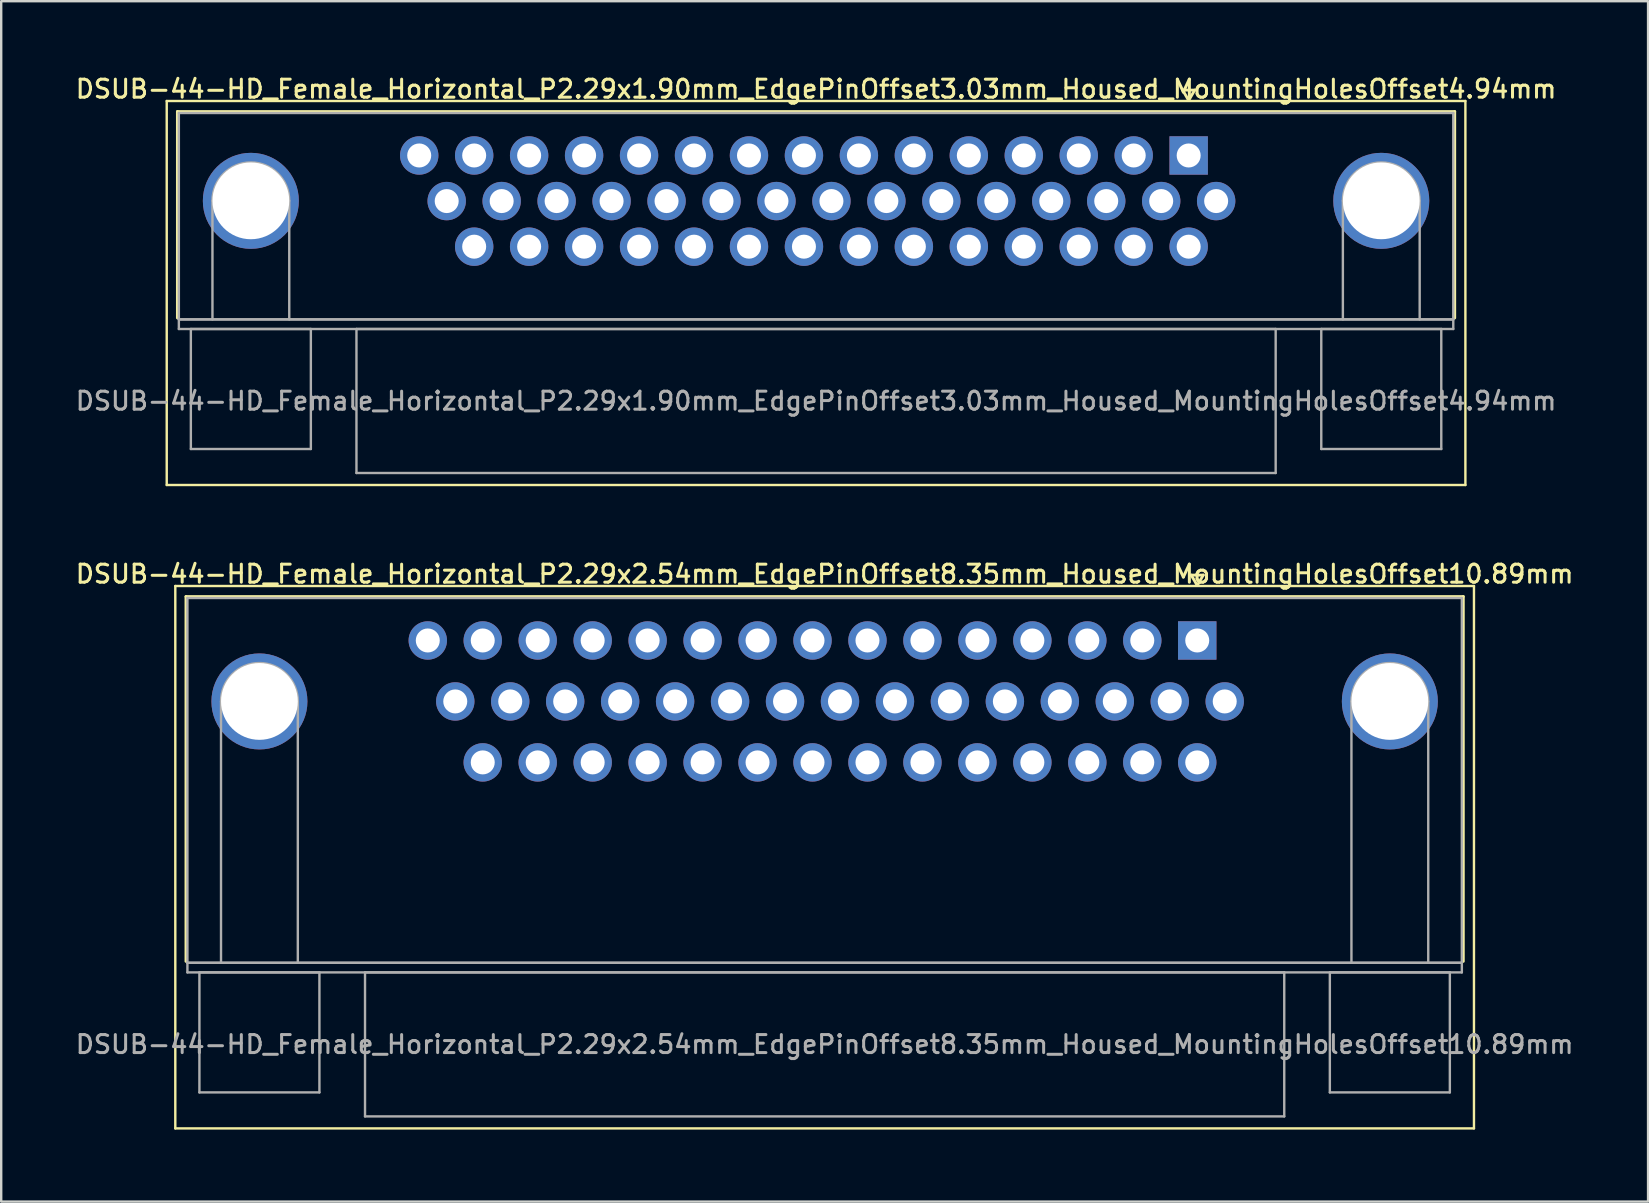
<source format=kicad_pcb>
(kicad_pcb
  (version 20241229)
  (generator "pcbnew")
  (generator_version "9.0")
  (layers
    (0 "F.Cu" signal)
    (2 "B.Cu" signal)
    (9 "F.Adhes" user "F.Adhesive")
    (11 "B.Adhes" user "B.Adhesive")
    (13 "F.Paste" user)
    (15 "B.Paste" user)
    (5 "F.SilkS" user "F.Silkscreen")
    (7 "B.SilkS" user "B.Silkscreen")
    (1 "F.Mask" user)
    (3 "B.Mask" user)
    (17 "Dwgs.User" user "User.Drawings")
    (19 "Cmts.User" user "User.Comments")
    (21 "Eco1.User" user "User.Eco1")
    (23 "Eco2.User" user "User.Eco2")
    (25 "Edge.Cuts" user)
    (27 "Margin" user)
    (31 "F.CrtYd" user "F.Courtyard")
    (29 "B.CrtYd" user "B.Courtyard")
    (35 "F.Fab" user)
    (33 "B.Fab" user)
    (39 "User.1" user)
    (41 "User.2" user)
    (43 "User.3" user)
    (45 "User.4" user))
  (footprint "DSUB-44-HD_Female_Horizontal_P2.29x2.54mm_EdgePinOffset8.35mm_Housed_MountingHolesOffset10.89mm"
    (layer "F.Cu")
    (at 46.834 23.636)
    (property "Reference" "DSUB-44-HD_Female_Horizontal_P2.29x2.54mm_EdgePinOffset8.35mm_Housed_MountingHolesOffset10.89mm" (at -15.525 -2.77 0) (layer "F.SilkS") (effects (font (size 0.75 0.75) (thickness 0.125))))
    (attr through_hole)
    (fp_line (start -42.58 -2.27) (end -42.58 20.33) (stroke (width 0.1) (type solid)) (layer "F.SilkS"))
    (fp_line (start -42.58 20.33) (end 11.53 20.33) (stroke (width 0.1) (type solid)) (layer "F.SilkS"))
    (fp_line (start -42.135 -1.83) (end 11.085 -1.83) (stroke (width 0.12) (type solid)) (layer "F.SilkS"))
    (fp_line (start -42.135 13.37) (end -42.135 -1.83) (stroke (width 0.12) (type solid)) (layer "F.SilkS"))
    (fp_line (start -0.25 -2.724) (end 0.25 -2.724) (stroke (width 0.12) (type solid)) (layer "F.SilkS"))
    (fp_line (start 0 -2.291) (end -0.25 -2.724) (stroke (width 0.12) (type solid)) (layer "F.SilkS"))
    (fp_line (start 0.25 -2.724) (end 0 -2.291) (stroke (width 0.12) (type solid)) (layer "F.SilkS"))
    (fp_line (start 11.085 -1.83) (end 11.085 13.37) (stroke (width 0.12) (type solid)) (layer "F.SilkS"))
    (fp_line (start 11.53 -2.27) (end -42.58 -2.27) (stroke (width 0.1) (type solid)) (layer "F.SilkS"))
    (fp_line (start 11.53 20.33) (end 11.53 -2.27) (stroke (width 0.1) (type solid)) (layer "F.SilkS"))
    (fp_line (start -42.075 -1.77) (end -42.075 13.43) (stroke (width 0.1) (type solid)) (layer "F.Fab"))
    (fp_line (start -42.075 13.43) (end -42.075 13.83) (stroke (width 0.1) (type solid)) (layer "F.Fab"))
    (fp_line (start -42.075 13.43) (end 11.025 13.43) (stroke (width 0.1) (type solid)) (layer "F.Fab"))
    (fp_line (start -42.075 13.83) (end 11.025 13.83) (stroke (width 0.1) (type solid)) (layer "F.Fab"))
    (fp_line (start -41.575 13.83) (end -41.575 18.83) (stroke (width 0.1) (type solid)) (layer "F.Fab"))
    (fp_line (start -41.575 18.83) (end -36.575 18.83) (stroke (width 0.1) (type solid)) (layer "F.Fab"))
    (fp_line (start -40.675 13.43) (end -40.675 2.54) (stroke (width 0.1) (type solid)) (layer "F.Fab"))
    (fp_line (start -37.475 13.43) (end -37.475 2.54) (stroke (width 0.1) (type solid)) (layer "F.Fab"))
    (fp_line (start -36.575 13.83) (end -41.575 13.83) (stroke (width 0.1) (type solid)) (layer "F.Fab"))
    (fp_line (start -36.575 18.83) (end -36.575 13.83) (stroke (width 0.1) (type solid)) (layer "F.Fab"))
    (fp_line (start -34.675 13.83) (end -34.675 19.83) (stroke (width 0.1) (type solid)) (layer "F.Fab"))
    (fp_line (start -34.675 19.83) (end 3.625 19.83) (stroke (width 0.1) (type solid)) (layer "F.Fab"))
    (fp_line (start 3.625 13.83) (end -34.675 13.83) (stroke (width 0.1) (type solid)) (layer "F.Fab"))
    (fp_line (start 3.625 19.83) (end 3.625 13.83) (stroke (width 0.1) (type solid)) (layer "F.Fab"))
    (fp_line (start 5.525 13.83) (end 5.525 18.83) (stroke (width 0.1) (type solid)) (layer "F.Fab"))
    (fp_line (start 5.525 18.83) (end 10.525 18.83) (stroke (width 0.1) (type solid)) (layer "F.Fab"))
    (fp_line (start 6.425 13.43) (end 6.425 2.54) (stroke (width 0.1) (type solid)) (layer "F.Fab"))
    (fp_line (start 9.625 13.43) (end 9.625 2.54) (stroke (width 0.1) (type solid)) (layer "F.Fab"))
    (fp_line (start 10.525 13.83) (end 5.525 13.83) (stroke (width 0.1) (type solid)) (layer "F.Fab"))
    (fp_line (start 10.525 18.83) (end 10.525 13.83) (stroke (width 0.1) (type solid)) (layer "F.Fab"))
    (fp_line (start 11.025 -1.77) (end -42.075 -1.77) (stroke (width 0.1) (type solid)) (layer "F.Fab"))
    (fp_line (start 11.025 13.43) (end -42.075 13.43) (stroke (width 0.1) (type solid)) (layer "F.Fab"))
    (fp_line (start 11.025 13.43) (end 11.025 -1.77) (stroke (width 0.1) (type solid)) (layer "F.Fab"))
    (fp_line (start 11.025 13.83) (end 11.025 13.43) (stroke (width 0.1) (type solid)) (layer "F.Fab"))
    (fp_arc (start -40.675 2.54) (mid -39.075 0.94) (end -37.475 2.54) (stroke (width 0.1) (type solid)) (layer "F.Fab"))
    (fp_arc (start 6.425 2.54) (mid 8.025 0.94) (end 9.625 2.54) (stroke (width 0.1) (type solid)) (layer "F.Fab"))
    (fp_text user "${REFERENCE}" (at -15.525 16.83 0) (layer "F.Fab") (effects (font (size 0.75 0.75) (thickness 0.125))))
    (pad "0" thru_hole circle (at -39.075 2.54) (size 4 4) (drill 3.2) (layers "*.Cu" "*.Mask"))
    (pad "0" thru_hole circle (at 8.025 2.54) (size 4 4) (drill 3.2) (layers "*.Cu" "*.Mask"))
    (pad "1" thru_hole rect (at 0 0) (size 1.6 1.6) (drill 1) (layers "*.Cu" "*.Mask"))
    (pad "2" thru_hole circle (at -2.29 0) (size 1.6 1.6) (drill 1) (layers "*.Cu" "*.Mask"))
    (pad "3" thru_hole circle (at -4.58 0) (size 1.6 1.6) (drill 1) (layers "*.Cu" "*.Mask"))
    (pad "4" thru_hole circle (at -6.87 0) (size 1.6 1.6) (drill 1) (layers "*.Cu" "*.Mask"))
    (pad "5" thru_hole circle (at -9.16 0) (size 1.6 1.6) (drill 1) (layers "*.Cu" "*.Mask"))
    (pad "6" thru_hole circle (at -11.45 0) (size 1.6 1.6) (drill 1) (layers "*.Cu" "*.Mask"))
    (pad "7" thru_hole circle (at -13.74 0) (size 1.6 1.6) (drill 1) (layers "*.Cu" "*.Mask"))
    (pad "8" thru_hole circle (at -16.03 0) (size 1.6 1.6) (drill 1) (layers "*.Cu" "*.Mask"))
    (pad "9" thru_hole circle (at -18.32 0) (size 1.6 1.6) (drill 1) (layers "*.Cu" "*.Mask"))
    (pad "10" thru_hole circle (at -20.61 0) (size 1.6 1.6) (drill 1) (layers "*.Cu" "*.Mask"))
    (pad "11" thru_hole circle (at -22.9 0) (size 1.6 1.6) (drill 1) (layers "*.Cu" "*.Mask"))
    (pad "12" thru_hole circle (at -25.19 0) (size 1.6 1.6) (drill 1) (layers "*.Cu" "*.Mask"))
    (pad "13" thru_hole circle (at -27.48 0) (size 1.6 1.6) (drill 1) (layers "*.Cu" "*.Mask"))
    (pad "14" thru_hole circle (at -29.77 0) (size 1.6 1.6) (drill 1) (layers "*.Cu" "*.Mask"))
    (pad "15" thru_hole circle (at -32.06 0) (size 1.6 1.6) (drill 1) (layers "*.Cu" "*.Mask"))
    (pad "16" thru_hole circle (at 1.145 2.54) (size 1.6 1.6) (drill 1) (layers "*.Cu" "*.Mask"))
    (pad "17" thru_hole circle (at -1.145 2.54) (size 1.6 1.6) (drill 1) (layers "*.Cu" "*.Mask"))
    (pad "18" thru_hole circle (at -3.435 2.54) (size 1.6 1.6) (drill 1) (layers "*.Cu" "*.Mask"))
    (pad "19" thru_hole circle (at -5.725 2.54) (size 1.6 1.6) (drill 1) (layers "*.Cu" "*.Mask"))
    (pad "20" thru_hole circle (at -8.015 2.54) (size 1.6 1.6) (drill 1) (layers "*.Cu" "*.Mask"))
    (pad "21" thru_hole circle (at -10.305 2.54) (size 1.6 1.6) (drill 1) (layers "*.Cu" "*.Mask"))
    (pad "22" thru_hole circle (at -12.595 2.54) (size 1.6 1.6) (drill 1) (layers "*.Cu" "*.Mask"))
    (pad "23" thru_hole circle (at -14.885 2.54) (size 1.6 1.6) (drill 1) (layers "*.Cu" "*.Mask"))
    (pad "24" thru_hole circle (at -17.175 2.54) (size 1.6 1.6) (drill 1) (layers "*.Cu" "*.Mask"))
    (pad "25" thru_hole circle (at -19.465 2.54) (size 1.6 1.6) (drill 1) (layers "*.Cu" "*.Mask"))
    (pad "26" thru_hole circle (at -21.755 2.54) (size 1.6 1.6) (drill 1) (layers "*.Cu" "*.Mask"))
    (pad "27" thru_hole circle (at -24.045 2.54) (size 1.6 1.6) (drill 1) (layers "*.Cu" "*.Mask"))
    (pad "28" thru_hole circle (at -26.335 2.54) (size 1.6 1.6) (drill 1) (layers "*.Cu" "*.Mask"))
    (pad "29" thru_hole circle (at -28.625 2.54) (size 1.6 1.6) (drill 1) (layers "*.Cu" "*.Mask"))
    (pad "30" thru_hole circle (at -30.915 2.54) (size 1.6 1.6) (drill 1) (layers "*.Cu" "*.Mask"))
    (pad "31" thru_hole circle (at 0 5.08) (size 1.6 1.6) (drill 1) (layers "*.Cu" "*.Mask"))
    (pad "32" thru_hole circle (at -2.29 5.08) (size 1.6 1.6) (drill 1) (layers "*.Cu" "*.Mask"))
    (pad "33" thru_hole circle (at -4.58 5.08) (size 1.6 1.6) (drill 1) (layers "*.Cu" "*.Mask"))
    (pad "34" thru_hole circle (at -6.87 5.08) (size 1.6 1.6) (drill 1) (layers "*.Cu" "*.Mask"))
    (pad "35" thru_hole circle (at -9.16 5.08) (size 1.6 1.6) (drill 1) (layers "*.Cu" "*.Mask"))
    (pad "36" thru_hole circle (at -11.45 5.08) (size 1.6 1.6) (drill 1) (layers "*.Cu" "*.Mask"))
    (pad "37" thru_hole circle (at -13.74 5.08) (size 1.6 1.6) (drill 1) (layers "*.Cu" "*.Mask"))
    (pad "38" thru_hole circle (at -16.03 5.08) (size 1.6 1.6) (drill 1) (layers "*.Cu" "*.Mask"))
    (pad "39" thru_hole circle (at -18.32 5.08) (size 1.6 1.6) (drill 1) (layers "*.Cu" "*.Mask"))
    (pad "40" thru_hole circle (at -20.61 5.08) (size 1.6 1.6) (drill 1) (layers "*.Cu" "*.Mask"))
    (pad "41" thru_hole circle (at -22.9 5.08) (size 1.6 1.6) (drill 1) (layers "*.Cu" "*.Mask"))
    (pad "42" thru_hole circle (at -25.19 5.08) (size 1.6 1.6) (drill 1) (layers "*.Cu" "*.Mask"))
    (pad "43" thru_hole circle (at -27.48 5.08) (size 1.6 1.6) (drill 1) (layers "*.Cu" "*.Mask"))
    (pad "44" thru_hole circle (at -29.77 5.08) (size 1.6 1.6) (drill 1) (layers "*.Cu" "*.Mask")))
  (footprint "DSUB-44-HD_Female_Horizontal_P2.29x1.90mm_EdgePinOffset3.03mm_Housed_MountingHolesOffset4.94mm"
    (layer "F.Cu")
    (at 46.477 3.428)
    (property "Reference" "DSUB-44-HD_Female_Horizontal_P2.29x1.90mm_EdgePinOffset3.03mm_Housed_MountingHolesOffset4.94mm" (at -15.525 -2.77 0) (layer "F.SilkS") (effects (font (size 0.75 0.75) (thickness 0.125))))
    (attr through_hole)
    (fp_line (start -42.58 -2.27) (end -42.58 13.73) (stroke (width 0.1) (type solid)) (layer "F.SilkS"))
    (fp_line (start -42.58 13.73) (end 11.53 13.73) (stroke (width 0.1) (type solid)) (layer "F.SilkS"))
    (fp_line (start -42.135 -1.83) (end 11.085 -1.83) (stroke (width 0.12) (type solid)) (layer "F.SilkS"))
    (fp_line (start -42.135 6.77) (end -42.135 -1.83) (stroke (width 0.12) (type solid)) (layer "F.SilkS"))
    (fp_line (start -0.25 -2.724) (end 0.25 -2.724) (stroke (width 0.12) (type solid)) (layer "F.SilkS"))
    (fp_line (start 0 -2.291) (end -0.25 -2.724) (stroke (width 0.12) (type solid)) (layer "F.SilkS"))
    (fp_line (start 0.25 -2.724) (end 0 -2.291) (stroke (width 0.12) (type solid)) (layer "F.SilkS"))
    (fp_line (start 11.085 -1.83) (end 11.085 6.77) (stroke (width 0.12) (type solid)) (layer "F.SilkS"))
    (fp_line (start 11.53 -2.27) (end -42.58 -2.27) (stroke (width 0.1) (type solid)) (layer "F.SilkS"))
    (fp_line (start 11.53 13.73) (end 11.53 -2.27) (stroke (width 0.1) (type solid)) (layer "F.SilkS"))
    (fp_line (start -42.075 -1.77) (end -42.075 6.83) (stroke (width 0.1) (type solid)) (layer "F.Fab"))
    (fp_line (start -42.075 6.83) (end -42.075 7.23) (stroke (width 0.1) (type solid)) (layer "F.Fab"))
    (fp_line (start -42.075 6.83) (end 11.025 6.83) (stroke (width 0.1) (type solid)) (layer "F.Fab"))
    (fp_line (start -42.075 7.23) (end 11.025 7.23) (stroke (width 0.1) (type solid)) (layer "F.Fab"))
    (fp_line (start -41.575 7.23) (end -41.575 12.23) (stroke (width 0.1) (type solid)) (layer "F.Fab"))
    (fp_line (start -41.575 12.23) (end -36.575 12.23) (stroke (width 0.1) (type solid)) (layer "F.Fab"))
    (fp_line (start -40.675 6.83) (end -40.675 1.89) (stroke (width 0.1) (type solid)) (layer "F.Fab"))
    (fp_line (start -37.475 6.83) (end -37.475 1.89) (stroke (width 0.1) (type solid)) (layer "F.Fab"))
    (fp_line (start -36.575 7.23) (end -41.575 7.23) (stroke (width 0.1) (type solid)) (layer "F.Fab"))
    (fp_line (start -36.575 12.23) (end -36.575 7.23) (stroke (width 0.1) (type solid)) (layer "F.Fab"))
    (fp_line (start -34.675 7.23) (end -34.675 13.23) (stroke (width 0.1) (type solid)) (layer "F.Fab"))
    (fp_line (start -34.675 13.23) (end 3.625 13.23) (stroke (width 0.1) (type solid)) (layer "F.Fab"))
    (fp_line (start 3.625 7.23) (end -34.675 7.23) (stroke (width 0.1) (type solid)) (layer "F.Fab"))
    (fp_line (start 3.625 13.23) (end 3.625 7.23) (stroke (width 0.1) (type solid)) (layer "F.Fab"))
    (fp_line (start 5.525 7.23) (end 5.525 12.23) (stroke (width 0.1) (type solid)) (layer "F.Fab"))
    (fp_line (start 5.525 12.23) (end 10.525 12.23) (stroke (width 0.1) (type solid)) (layer "F.Fab"))
    (fp_line (start 6.425 6.83) (end 6.425 1.89) (stroke (width 0.1) (type solid)) (layer "F.Fab"))
    (fp_line (start 9.625 6.83) (end 9.625 1.89) (stroke (width 0.1) (type solid)) (layer "F.Fab"))
    (fp_line (start 10.525 7.23) (end 5.525 7.23) (stroke (width 0.1) (type solid)) (layer "F.Fab"))
    (fp_line (start 10.525 12.23) (end 10.525 7.23) (stroke (width 0.1) (type solid)) (layer "F.Fab"))
    (fp_line (start 11.025 -1.77) (end -42.075 -1.77) (stroke (width 0.1) (type solid)) (layer "F.Fab"))
    (fp_line (start 11.025 6.83) (end -42.075 6.83) (stroke (width 0.1) (type solid)) (layer "F.Fab"))
    (fp_line (start 11.025 6.83) (end 11.025 -1.77) (stroke (width 0.1) (type solid)) (layer "F.Fab"))
    (fp_line (start 11.025 7.23) (end 11.025 6.83) (stroke (width 0.1) (type solid)) (layer "F.Fab"))
    (fp_arc (start -40.675 1.89) (mid -39.075 0.29) (end -37.475 1.89) (stroke (width 0.1) (type solid)) (layer "F.Fab"))
    (fp_arc (start 6.425 1.89) (mid 8.025 0.29) (end 9.625 1.89) (stroke (width 0.1) (type solid)) (layer "F.Fab"))
    (fp_text user "${REFERENCE}" (at -15.525 10.23 0) (layer "F.Fab") (effects (font (size 0.75 0.75) (thickness 0.125))))
    (pad "0" thru_hole circle (at -39.075 1.89) (size 4 4) (drill 3.2) (layers "*.Cu" "*.Mask"))
    (pad "0" thru_hole circle (at 8.025 1.89) (size 4 4) (drill 3.2) (layers "*.Cu" "*.Mask"))
    (pad "1" thru_hole rect (at 0 0) (size 1.6 1.6) (drill 1) (layers "*.Cu" "*.Mask"))
    (pad "2" thru_hole circle (at -2.29 0) (size 1.6 1.6) (drill 1) (layers "*.Cu" "*.Mask"))
    (pad "3" thru_hole circle (at -4.58 0) (size 1.6 1.6) (drill 1) (layers "*.Cu" "*.Mask"))
    (pad "4" thru_hole circle (at -6.87 0) (size 1.6 1.6) (drill 1) (layers "*.Cu" "*.Mask"))
    (pad "5" thru_hole circle (at -9.16 0) (size 1.6 1.6) (drill 1) (layers "*.Cu" "*.Mask"))
    (pad "6" thru_hole circle (at -11.45 0) (size 1.6 1.6) (drill 1) (layers "*.Cu" "*.Mask"))
    (pad "7" thru_hole circle (at -13.74 0) (size 1.6 1.6) (drill 1) (layers "*.Cu" "*.Mask"))
    (pad "8" thru_hole circle (at -16.03 0) (size 1.6 1.6) (drill 1) (layers "*.Cu" "*.Mask"))
    (pad "9" thru_hole circle (at -18.32 0) (size 1.6 1.6) (drill 1) (layers "*.Cu" "*.Mask"))
    (pad "10" thru_hole circle (at -20.61 0) (size 1.6 1.6) (drill 1) (layers "*.Cu" "*.Mask"))
    (pad "11" thru_hole circle (at -22.9 0) (size 1.6 1.6) (drill 1) (layers "*.Cu" "*.Mask"))
    (pad "12" thru_hole circle (at -25.19 0) (size 1.6 1.6) (drill 1) (layers "*.Cu" "*.Mask"))
    (pad "13" thru_hole circle (at -27.48 0) (size 1.6 1.6) (drill 1) (layers "*.Cu" "*.Mask"))
    (pad "14" thru_hole circle (at -29.77 0) (size 1.6 1.6) (drill 1) (layers "*.Cu" "*.Mask"))
    (pad "15" thru_hole circle (at -32.06 0) (size 1.6 1.6) (drill 1) (layers "*.Cu" "*.Mask"))
    (pad "16" thru_hole circle (at 1.145 1.9) (size 1.6 1.6) (drill 1) (layers "*.Cu" "*.Mask"))
    (pad "17" thru_hole circle (at -1.145 1.9) (size 1.6 1.6) (drill 1) (layers "*.Cu" "*.Mask"))
    (pad "18" thru_hole circle (at -3.435 1.9) (size 1.6 1.6) (drill 1) (layers "*.Cu" "*.Mask"))
    (pad "19" thru_hole circle (at -5.725 1.9) (size 1.6 1.6) (drill 1) (layers "*.Cu" "*.Mask"))
    (pad "20" thru_hole circle (at -8.015 1.9) (size 1.6 1.6) (drill 1) (layers "*.Cu" "*.Mask"))
    (pad "21" thru_hole circle (at -10.305 1.9) (size 1.6 1.6) (drill 1) (layers "*.Cu" "*.Mask"))
    (pad "22" thru_hole circle (at -12.595 1.9) (size 1.6 1.6) (drill 1) (layers "*.Cu" "*.Mask"))
    (pad "23" thru_hole circle (at -14.885 1.9) (size 1.6 1.6) (drill 1) (layers "*.Cu" "*.Mask"))
    (pad "24" thru_hole circle (at -17.175 1.9) (size 1.6 1.6) (drill 1) (layers "*.Cu" "*.Mask"))
    (pad "25" thru_hole circle (at -19.465 1.9) (size 1.6 1.6) (drill 1) (layers "*.Cu" "*.Mask"))
    (pad "26" thru_hole circle (at -21.755 1.9) (size 1.6 1.6) (drill 1) (layers "*.Cu" "*.Mask"))
    (pad "27" thru_hole circle (at -24.045 1.9) (size 1.6 1.6) (drill 1) (layers "*.Cu" "*.Mask"))
    (pad "28" thru_hole circle (at -26.335 1.9) (size 1.6 1.6) (drill 1) (layers "*.Cu" "*.Mask"))
    (pad "29" thru_hole circle (at -28.625 1.9) (size 1.6 1.6) (drill 1) (layers "*.Cu" "*.Mask"))
    (pad "30" thru_hole circle (at -30.915 1.9) (size 1.6 1.6) (drill 1) (layers "*.Cu" "*.Mask"))
    (pad "31" thru_hole circle (at 0 3.8) (size 1.6 1.6) (drill 1) (layers "*.Cu" "*.Mask"))
    (pad "32" thru_hole circle (at -2.29 3.8) (size 1.6 1.6) (drill 1) (layers "*.Cu" "*.Mask"))
    (pad "33" thru_hole circle (at -4.58 3.8) (size 1.6 1.6) (drill 1) (layers "*.Cu" "*.Mask"))
    (pad "34" thru_hole circle (at -6.87 3.8) (size 1.6 1.6) (drill 1) (layers "*.Cu" "*.Mask"))
    (pad "35" thru_hole circle (at -9.16 3.8) (size 1.6 1.6) (drill 1) (layers "*.Cu" "*.Mask"))
    (pad "36" thru_hole circle (at -11.45 3.8) (size 1.6 1.6) (drill 1) (layers "*.Cu" "*.Mask"))
    (pad "37" thru_hole circle (at -13.74 3.8) (size 1.6 1.6) (drill 1) (layers "*.Cu" "*.Mask"))
    (pad "38" thru_hole circle (at -16.03 3.8) (size 1.6 1.6) (drill 1) (layers "*.Cu" "*.Mask"))
    (pad "39" thru_hole circle (at -18.32 3.8) (size 1.6 1.6) (drill 1) (layers "*.Cu" "*.Mask"))
    (pad "40" thru_hole circle (at -20.61 3.8) (size 1.6 1.6) (drill 1) (layers "*.Cu" "*.Mask"))
    (pad "41" thru_hole circle (at -22.9 3.8) (size 1.6 1.6) (drill 1) (layers "*.Cu" "*.Mask"))
    (pad "42" thru_hole circle (at -25.19 3.8) (size 1.6 1.6) (drill 1) (layers "*.Cu" "*.Mask"))
    (pad "43" thru_hole circle (at -27.48 3.8) (size 1.6 1.6) (drill 1) (layers "*.Cu" "*.Mask"))
    (pad "44" thru_hole circle (at -29.77 3.8) (size 1.6 1.6) (drill 1) (layers "*.Cu" "*.Mask")))
  (gr_rect
    (start -3 -3)
    (end 65.618 47.016)
    (stroke (width 0.1) (type default))
    (fill no)
    (layer "Edge.Cuts")))
</source>
